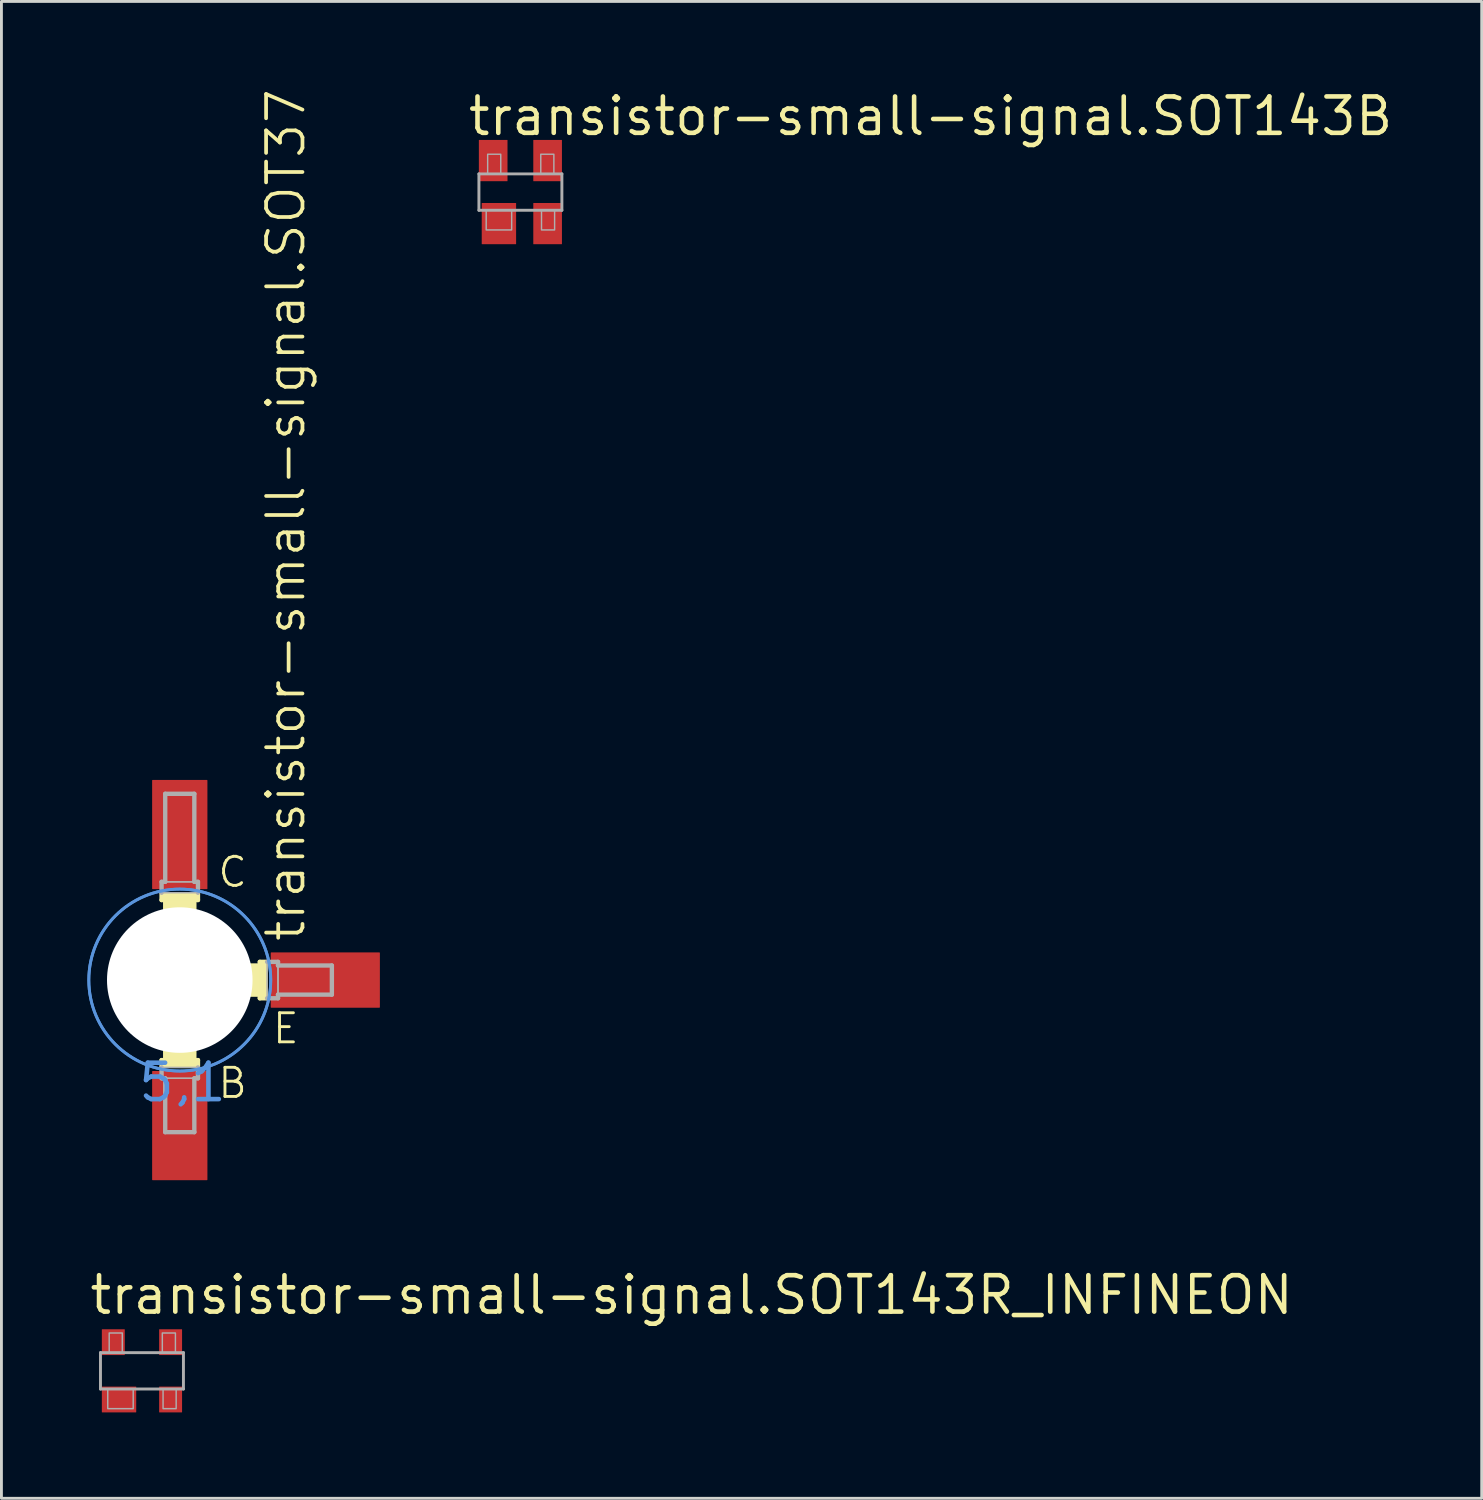
<source format=kicad_pcb>
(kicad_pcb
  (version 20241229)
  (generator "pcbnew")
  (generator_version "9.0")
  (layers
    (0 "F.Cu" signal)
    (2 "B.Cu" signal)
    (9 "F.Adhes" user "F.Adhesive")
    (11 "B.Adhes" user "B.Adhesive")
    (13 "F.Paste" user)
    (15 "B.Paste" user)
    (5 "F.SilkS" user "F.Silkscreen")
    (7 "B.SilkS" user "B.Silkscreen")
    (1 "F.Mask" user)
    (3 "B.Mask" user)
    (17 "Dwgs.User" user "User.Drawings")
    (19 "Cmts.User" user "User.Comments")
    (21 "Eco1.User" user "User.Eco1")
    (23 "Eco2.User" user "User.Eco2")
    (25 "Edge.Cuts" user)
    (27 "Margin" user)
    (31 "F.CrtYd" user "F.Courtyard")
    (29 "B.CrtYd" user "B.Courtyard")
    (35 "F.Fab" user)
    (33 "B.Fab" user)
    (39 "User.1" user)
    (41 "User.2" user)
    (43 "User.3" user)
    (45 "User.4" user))
  (footprint "transistor-small-signal.SOT37"
    (layer "F.Cu")
    (at 3.225 31.16)
    (property "Reference" "transistor-small-signal.SOT37" (at 4.445 -1.27 90) (layer "F.SilkS") (effects (font (size 1.27 1.27) (thickness 0.13)) (justify left bottom)))
    (attr smd)
    (fp_line (start -0.635 -2.794) (end -0.635 -3.048) (stroke (width 0.152) (type default)) (layer "F.SilkS"))
    (fp_line (start -0.635 -2.794) (end -0.508 -2.794) (stroke (width 0.152) (type default)) (layer "F.SilkS"))
    (fp_line (start -0.635 2.794) (end -0.635 3.048) (stroke (width 0.152) (type default)) (layer "F.SilkS"))
    (fp_line (start -0.635 2.794) (end -0.508 2.794) (stroke (width 0.152) (type default)) (layer "F.SilkS"))
    (fp_line (start -0.508 -2.235) (end -0.508 -2.794) (stroke (width 0.152) (type default)) (layer "F.SilkS"))
    (fp_line (start -0.508 2.235) (end -0.508 2.794) (stroke (width 0.152) (type default)) (layer "F.SilkS"))
    (fp_line (start 0.508 -2.235) (end 0.508 -2.794) (stroke (width 0.152) (type default)) (layer "F.SilkS"))
    (fp_line (start 0.508 2.235) (end 0.508 2.794) (stroke (width 0.152) (type default)) (layer "F.SilkS"))
    (fp_line (start 0.635 -2.794) (end 0.508 -2.794) (stroke (width 0.152) (type default)) (layer "F.SilkS"))
    (fp_line (start 0.635 -2.794) (end 0.635 -3.048) (stroke (width 0.152) (type default)) (layer "F.SilkS"))
    (fp_line (start 0.635 2.794) (end 0.508 2.794) (stroke (width 0.152) (type default)) (layer "F.SilkS"))
    (fp_line (start 0.635 2.794) (end 0.635 3.048) (stroke (width 0.152) (type default)) (layer "F.SilkS"))
    (fp_line (start 2.21 -0.508) (end 2.794 -0.508) (stroke (width 0.152) (type default)) (layer "F.SilkS"))
    (fp_line (start 2.235 0.508) (end 2.794 0.508) (stroke (width 0.152) (type default)) (layer "F.SilkS"))
    (fp_line (start 2.794 -0.635) (end 2.794 -0.508) (stroke (width 0.152) (type default)) (layer "F.SilkS"))
    (fp_line (start 2.794 0.635) (end 2.794 0.508) (stroke (width 0.152) (type default)) (layer "F.SilkS"))
    (fp_line (start 3.048 -0.635) (end 2.794 -0.635) (stroke (width 0.152) (type default)) (layer "F.SilkS"))
    (fp_line (start 3.048 0.635) (end 2.794 0.635) (stroke (width 0.152) (type default)) (layer "F.SilkS"))
    (fp_rect (start -0.635 -2.794) (end 0.635 -3.048) (stroke (width 0.05) (type default)) (fill yes) (layer "F.SilkS"))
    (fp_rect (start -0.635 3.048) (end 0.635 2.794) (stroke (width 0.05) (type default)) (fill yes) (layer "F.SilkS"))
    (fp_rect (start -0.508 -2.413) (end 0.508 -2.794) (stroke (width 0.05) (type default)) (fill yes) (layer "F.SilkS"))
    (fp_rect (start -0.508 2.794) (end 0.508 2.413) (stroke (width 0.05) (type default)) (fill yes) (layer "F.SilkS"))
    (fp_rect (start 2.413 0.508) (end 2.794 -0.508) (stroke (width 0.05) (type default)) (fill yes) (layer "F.SilkS"))
    (fp_rect (start 2.794 0.635) (end 3.048 -0.635) (stroke (width 0.05) (type default)) (fill yes) (layer "F.SilkS"))
    (fp_circle (center 0 -1.524) (end 0.508 -1.524) (stroke (width 0.152) (type default)) (fill no) (layer "F.SilkS"))
    (fp_circle (center 0 0) (end 2.286 0) (stroke (width 0.152) (type default)) (fill no) (layer "F.SilkS"))
    (fp_circle (center 0 0) (end 3.175 0) (stroke (width 0.1) (type default)) (fill no) (layer "Cmts.User"))
    (fp_circle (center 0 0) (end 3.175 0) (stroke (width 0.1) (type default)) (fill no) (layer "Cmts.User"))
    (fp_line (start -0.635 -3.048) (end -0.635 -3.429) (stroke (width 0.152) (type default)) (layer "F.Fab"))
    (fp_line (start -0.635 3.048) (end -0.635 3.429) (stroke (width 0.152) (type default)) (layer "F.Fab"))
    (fp_line (start -0.508 -6.502) (end 0.508 -6.502) (stroke (width 0.152) (type default)) (layer "F.Fab"))
    (fp_line (start -0.508 -3.429) (end -0.635 -3.429) (stroke (width 0.152) (type default)) (layer "F.Fab"))
    (fp_line (start -0.508 -3.429) (end -0.508 -6.502) (stroke (width 0.152) (type default)) (layer "F.Fab"))
    (fp_line (start -0.508 3.429) (end -0.635 3.429) (stroke (width 0.152) (type default)) (layer "F.Fab"))
    (fp_line (start -0.508 3.429) (end -0.508 5.309) (stroke (width 0.152) (type default)) (layer "F.Fab"))
    (fp_line (start -0.508 5.309) (end 0.508 5.309) (stroke (width 0.152) (type default)) (layer "F.Fab"))
    (fp_line (start 0.508 -3.429) (end 0.508 -6.502) (stroke (width 0.152) (type default)) (layer "F.Fab"))
    (fp_line (start 0.508 -3.429) (end 0.635 -3.429) (stroke (width 0.152) (type default)) (layer "F.Fab"))
    (fp_line (start 0.508 3.429) (end 0.508 5.309) (stroke (width 0.152) (type default)) (layer "F.Fab"))
    (fp_line (start 0.508 3.429) (end 0.635 3.429) (stroke (width 0.152) (type default)) (layer "F.Fab"))
    (fp_line (start 0.635 -3.048) (end 0.635 -3.429) (stroke (width 0.152) (type default)) (layer "F.Fab"))
    (fp_line (start 0.635 3.048) (end 0.635 3.429) (stroke (width 0.152) (type default)) (layer "F.Fab"))
    (fp_line (start 3.048 -0.635) (end 3.429 -0.635) (stroke (width 0.152) (type default)) (layer "F.Fab"))
    (fp_line (start 3.048 0.635) (end 3.429 0.635) (stroke (width 0.152) (type default)) (layer "F.Fab"))
    (fp_line (start 3.429 -0.508) (end 3.429 -0.635) (stroke (width 0.152) (type default)) (layer "F.Fab"))
    (fp_line (start 3.429 -0.508) (end 5.309 -0.508) (stroke (width 0.152) (type default)) (layer "F.Fab"))
    (fp_line (start 3.429 0.508) (end 3.429 0.635) (stroke (width 0.152) (type default)) (layer "F.Fab"))
    (fp_line (start 3.429 0.508) (end 5.309 0.508) (stroke (width 0.152) (type default)) (layer "F.Fab"))
    (fp_line (start 5.309 -0.508) (end 5.309 0.508) (stroke (width 0.152) (type default)) (layer "F.Fab"))
    (fp_rect (start -0.635 -3.048) (end 0.635 -3.429) (stroke (width 0.05) (type default)) (fill no) (layer "F.Fab"))
    (fp_rect (start -0.635 3.429) (end 0.635 3.048) (stroke (width 0.05) (type default)) (fill no) (layer "F.Fab"))
    (fp_rect (start -0.508 -3.429) (end 0.508 -6.477) (stroke (width 0.05) (type default)) (fill no) (layer "F.Fab"))
    (fp_rect (start -0.508 5.334) (end 0.508 3.429) (stroke (width 0.05) (type default)) (fill no) (layer "F.Fab"))
    (fp_rect (start 3.048 0.635) (end 3.429 -0.635) (stroke (width 0.05) (type default)) (fill no) (layer "F.Fab"))
    (fp_rect (start 3.429 0.508) (end 5.334 -0.508) (stroke (width 0.05) (type default)) (fill no) (layer "F.Fab"))
    (fp_text user "C" (at 1.27 -3.175 0) (layer "F.SilkS") (effects (font (size 1.016 1.016) (thickness 0.1)) (justify left bottom)))
    (fp_text user "B" (at 1.27 4.191 0) (layer "F.SilkS") (effects (font (size 1.016 1.016) (thickness 0.1)) (justify left bottom)))
    (fp_text user "E" (at 3.175 2.286 0) (layer "F.SilkS") (effects (font (size 1.016 1.016) (thickness 0.1)) (justify left bottom)))
    (fp_text user "5,1" (at -1.524 4.318 0) (layer "Cmts.User") (effects (font (size 1.27 1.27) (thickness 0.16)) (justify left bottom)))
    (pad "" np_thru_hole circle (at 0 0) (size 5.08 5.08) (drill 5.08) (layers "*.Cu" "*.Mask"))
    (pad "1" smd roundrect (at 0 -5.08) (size 1.93 3.81) (layers "F.Cu" "F.Mask" "F.Paste") (roundrect_rratio 0.01))
    (pad "2" smd roundrect (at 5.08 0) (size 3.81 1.93) (layers "F.Cu" "F.Mask" "F.Paste") (roundrect_rratio 0.01))
    (pad "3" smd roundrect (at 0 5.08) (size 1.93 3.81) (layers "F.Cu" "F.Mask" "F.Paste") (roundrect_rratio 0.01)))
  (footprint "transistor-small-signal.SOT143R_INFINEON"
    (layer "F.Cu")
    (at 1.905 44.8)
    (property "Reference" "transistor-small-signal.SOT143R_INFINEON" (at -1.905 -1.905 0) (layer "F.SilkS") (effects (font (size 1.27 1.27) (thickness 0.16)) (justify left bottom)))
    (attr smd)
    (fp_line (start -1.448 -0.635) (end 1.448 -0.635) (stroke (width 0.102) (type default)) (layer "F.Fab"))
    (fp_line (start -1.448 0.635) (end -1.448 -0.635) (stroke (width 0.102) (type default)) (layer "F.Fab"))
    (fp_line (start 1.448 0.635) (end -1.448 0.635) (stroke (width 0.102) (type default)) (layer "F.Fab"))
    (fp_line (start 1.448 0.635) (end 1.448 -0.635) (stroke (width 0.102) (type default)) (layer "F.Fab"))
    (fp_rect (start -1.194 1.321) (end -0.305 0.635) (stroke (width 0.05) (type default)) (fill no) (layer "F.Fab"))
    (fp_rect (start -1.143 -0.635) (end -0.686 -1.321) (stroke (width 0.05) (type default)) (fill no) (layer "F.Fab"))
    (fp_rect (start 0.711 -0.635) (end 1.168 -1.321) (stroke (width 0.05) (type default)) (fill no) (layer "F.Fab"))
    (fp_rect (start 0.737 1.321) (end 1.194 0.635) (stroke (width 0.05) (type default)) (fill no) (layer "F.Fab"))
    (pad "1" smd roundrect (at -0.8 1) (size 1.2 0.9) (layers "F.Cu" "F.Mask" "F.Paste") (roundrect_rratio 0.01))
    (pad "2" smd roundrect (at 1 1) (size 0.8 0.9) (layers "F.Cu" "F.Mask" "F.Paste") (roundrect_rratio 0.01))
    (pad "3" smd roundrect (at 1 -1) (size 0.8 0.9) (layers "F.Cu" "F.Mask" "F.Paste") (roundrect_rratio 0.01))
    (pad "4" smd roundrect (at -1 -1) (size 0.8 0.9) (layers "F.Cu" "F.Mask" "F.Paste") (roundrect_rratio 0.01)))
  (footprint "transistor-small-signal.SOT143B"
    (layer "F.Cu")
    (at 15.115 3.655)
    (property "Reference" "transistor-small-signal.SOT143B" (at -1.905 -1.905 0) (layer "F.SilkS") (effects (font (size 1.27 1.27) (thickness 0.16)) (justify left bottom)))
    (attr smd)
    (fp_line (start -1.448 -0.635) (end 1.448 -0.635) (stroke (width 0.102) (type default)) (layer "F.Fab"))
    (fp_line (start -1.448 0.635) (end -1.448 -0.635) (stroke (width 0.102) (type default)) (layer "F.Fab"))
    (fp_line (start -1.448 0.635) (end 1.448 0.635) (stroke (width 0.102) (type default)) (layer "F.Fab"))
    (fp_line (start 1.448 0.635) (end 1.448 -0.635) (stroke (width 0.102) (type default)) (layer "F.Fab"))
    (fp_rect (start -1.194 1.321) (end -0.305 0.635) (stroke (width 0.05) (type default)) (fill no) (layer "F.Fab"))
    (fp_rect (start -1.143 -0.635) (end -0.686 -1.321) (stroke (width 0.05) (type default)) (fill no) (layer "F.Fab"))
    (fp_rect (start 0.711 -0.635) (end 1.168 -1.321) (stroke (width 0.05) (type default)) (fill no) (layer "F.Fab"))
    (fp_rect (start 0.737 1.321) (end 1.194 0.635) (stroke (width 0.05) (type default)) (fill no) (layer "F.Fab"))
    (pad "1" smd roundrect (at -0.75 1.1) (size 1.2 1.44) (layers "F.Cu" "F.Mask" "F.Paste") (roundrect_rratio 0.01))
    (pad "2" smd roundrect (at 0.95 1.1) (size 1 1.44) (layers "F.Cu" "F.Mask" "F.Paste") (roundrect_rratio 0.01))
    (pad "3" smd roundrect (at 0.95 -1.1) (size 1 1.44) (layers "F.Cu" "F.Mask" "F.Paste") (roundrect_rratio 0.01))
    (pad "4" smd roundrect (at -0.95 -1.1) (size 1 1.44) (layers "F.Cu" "F.Mask" "F.Paste") (roundrect_rratio 0.01)))
  (gr_rect
    (start -3 -3)
    (end 48.67 49.25)
    (stroke (width 0.1) (type default))
    (fill no)
    (layer "Edge.Cuts")))
</source>
